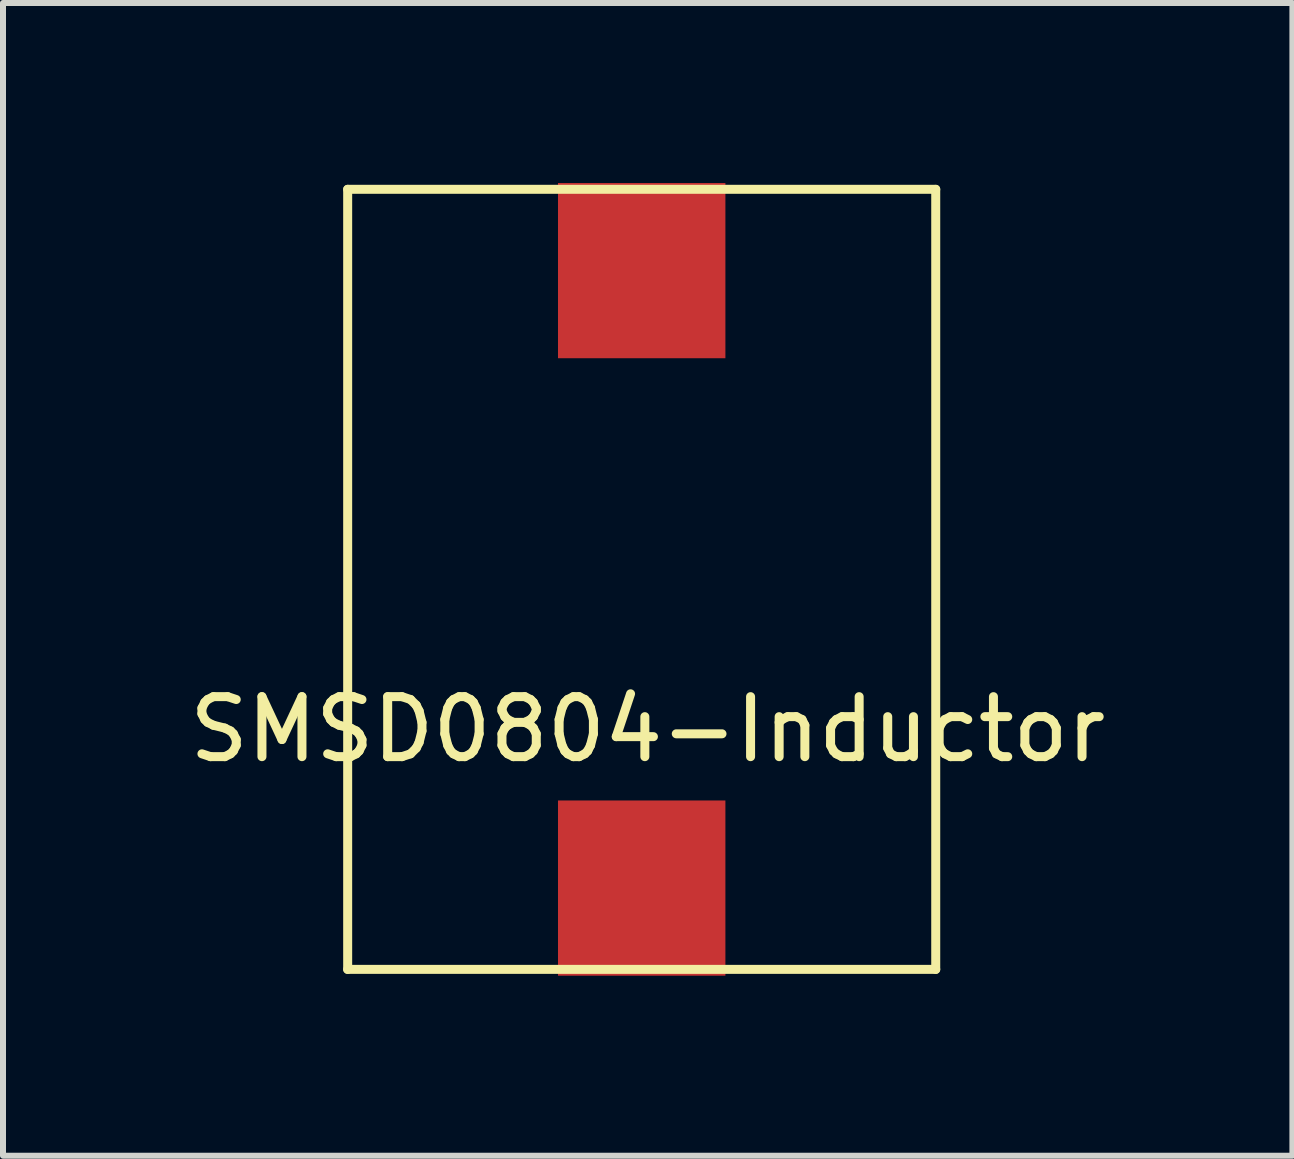
<source format=kicad_pcb>
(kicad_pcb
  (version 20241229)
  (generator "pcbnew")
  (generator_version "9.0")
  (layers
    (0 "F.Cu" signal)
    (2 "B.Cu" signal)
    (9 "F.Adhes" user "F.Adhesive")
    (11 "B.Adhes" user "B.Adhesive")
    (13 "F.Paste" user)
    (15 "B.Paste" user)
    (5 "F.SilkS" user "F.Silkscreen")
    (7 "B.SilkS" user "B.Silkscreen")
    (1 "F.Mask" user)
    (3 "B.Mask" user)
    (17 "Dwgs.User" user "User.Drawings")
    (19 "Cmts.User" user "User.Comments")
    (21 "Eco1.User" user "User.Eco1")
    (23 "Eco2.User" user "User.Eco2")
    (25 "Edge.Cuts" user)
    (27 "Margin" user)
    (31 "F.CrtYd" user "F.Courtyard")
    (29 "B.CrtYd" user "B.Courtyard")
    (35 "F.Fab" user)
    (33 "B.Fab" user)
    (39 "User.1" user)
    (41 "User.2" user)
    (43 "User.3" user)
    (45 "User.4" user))
  (footprint "SMSD0804-Inductor"
    (layer "F.Cu")
    (at 7.644 6.605)
    (property "Reference" "SMSD0804-Inductor" (at 0.1 2.5 0) (unlocked yes) (layer "F.SilkS") (effects (font (size 1 1) (thickness 0.15))))
    (attr through_hole)
    (fp_line (start -4.9 -6.5) (end 4.9 -6.5) (stroke (width 0.15) (type solid)) (layer "F.SilkS"))
    (fp_line (start -4.9 6.5) (end -4.9 -6.5) (stroke (width 0.15) (type solid)) (layer "F.SilkS"))
    (fp_line (start 4.9 -6.5) (end 4.9 6.5) (stroke (width 0.15) (type solid)) (layer "F.SilkS"))
    (fp_line (start 4.9 6.5) (end -4.9 6.5) (stroke (width 0.15) (type solid)) (layer "F.SilkS"))
    (pad "1" smd rect (at 0 5.145) (size 2.79 2.92) (layers "F.Cu" "F.Mask" "F.Paste"))
    (pad "2" smd rect (at 0 -5.145) (size 2.79 2.92) (layers "F.Cu" "F.Mask" "F.Paste")))
  (gr_rect
    (start -3 -3)
    (end 18.488 16.21)
    (stroke (width 0.1) (type default))
    (fill no)
    (layer "Edge.Cuts")))
</source>
